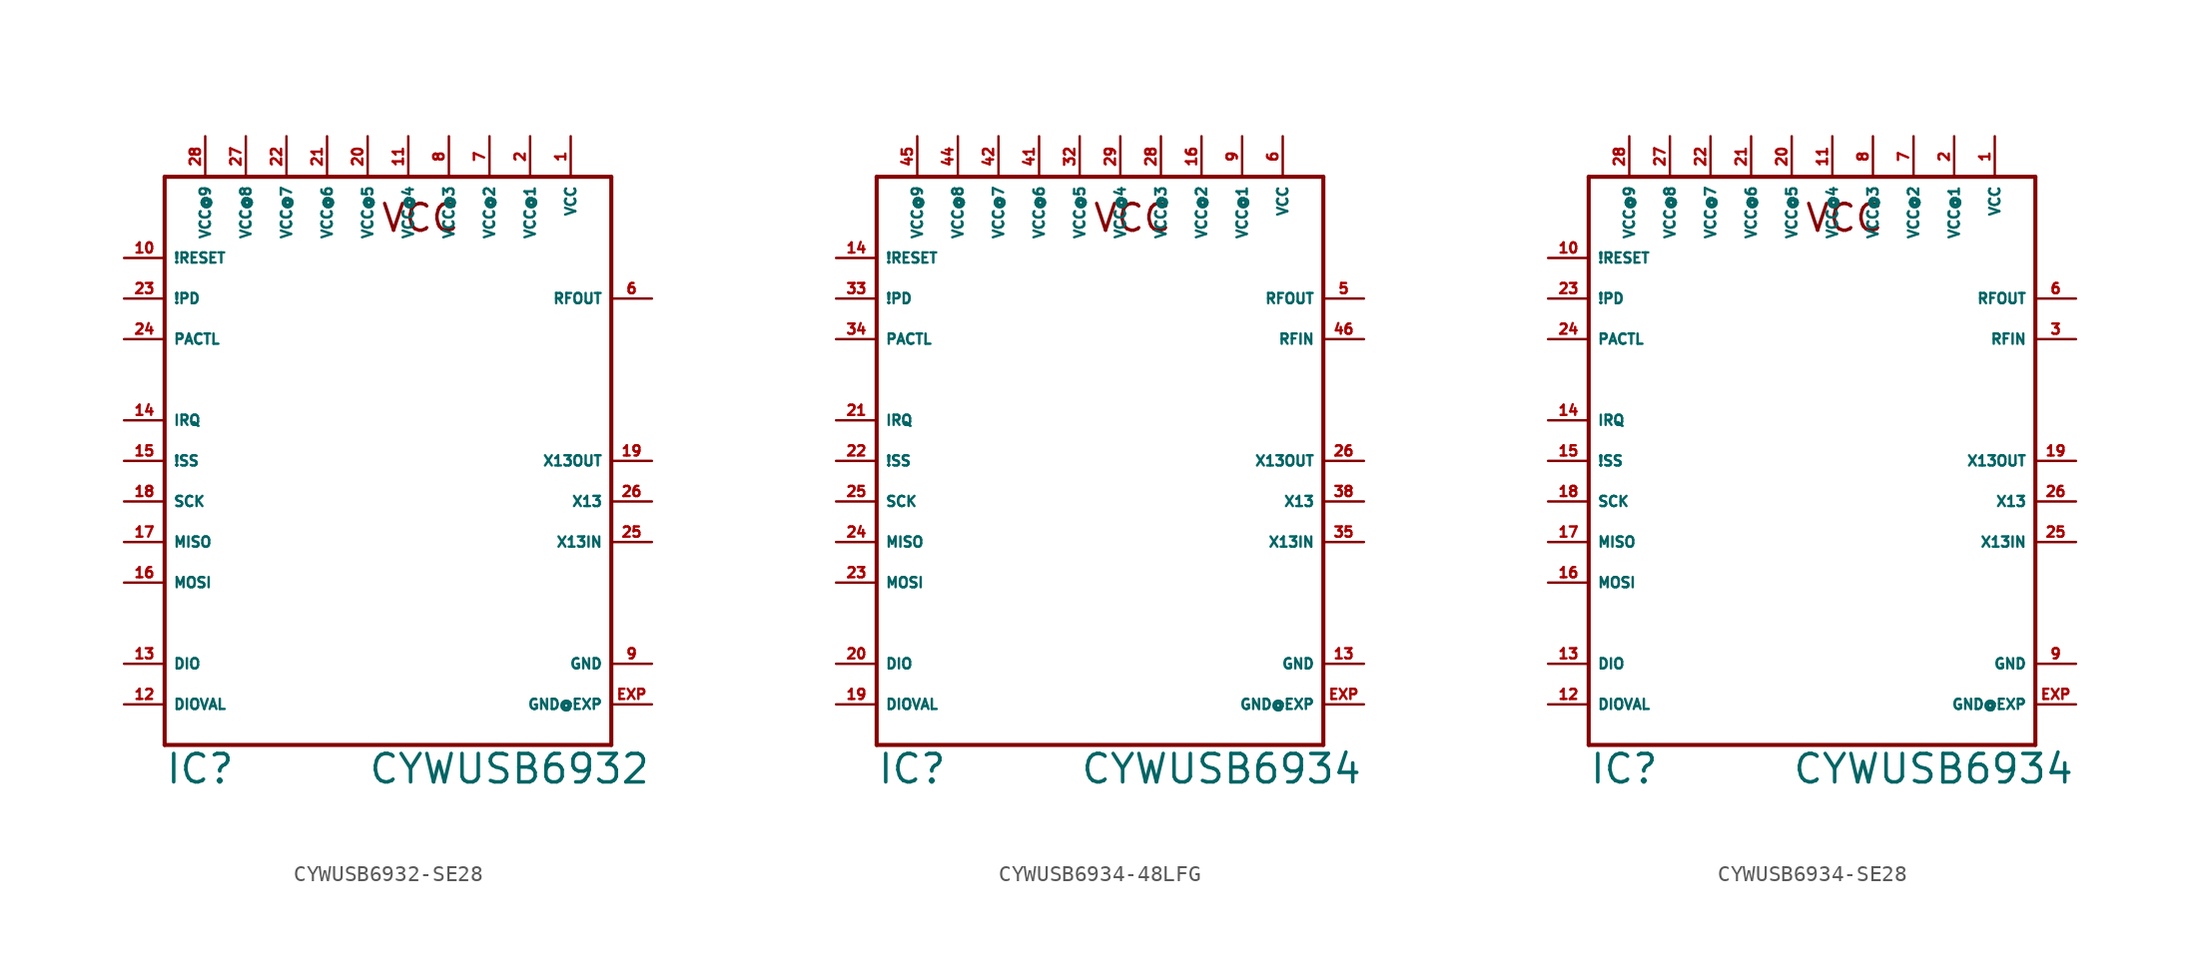
<source format=kicad_sym>
(kicad_symbol_lib
  (version 20220914)
  (generator Eagle2Kicad)
  (symbol "CYWUSB6932-SE28"
    (property "Reference" "IC"
      (at -12.7 -20.32 0)
      (effects (font (size 1.778 1.778) (thickness 0.22)) (justify left bottom)))
    (property "Value" "CYWUSB6932"
      (at 0 -20.32 0)
      (effects (font (size 1.778 1.778) (thickness 0.22)) (justify left bottom)))
    (polyline
      (pts (xy -12.7 -17.78) (xy 15.24 -17.78))
      (stroke (width 0.254) (type default))
      (fill (type none)))
    (polyline
      (pts (xy 15.24 -17.78) (xy 15.24 17.78))
      (stroke (width 0.254) (type default))
      (fill (type none)))
    (polyline
      (pts (xy 15.24 17.78) (xy -12.7 17.78))
      (stroke (width 0.254) (type default))
      (fill (type none)))
    (polyline
      (pts (xy -12.7 17.78) (xy -12.7 -17.78))
      (stroke (width 0.254) (type default))
      (fill (type none)))
    (text "VCC"
      (at 0.762 14.224 0)
      (effects (font (size 1.676 1.676) (thickness 0.21)) (justify left bottom)))
    (pin output line
      (at 17.78 10.16 180)
      (length 2.54)
      (name "RFOUT" (effects (font (size 0.635 0.635) (thickness 0.08)) (justify left bottom)))
      (number "6" (effects (font (size 0.635 0.635) (thickness 0.08)) (justify left bottom))))
    (pin unspecified line
      (at 12.7 20.32 270)
      (length 2.54)
      (name "VCC" (effects (font (size 0.635 0.635) (thickness 0.08)) (justify left bottom)))
      (number "1" (effects (font (size 0.635 0.635) (thickness 0.08)) (justify left bottom))))
    (pin unspecified line
      (at 10.16 20.32 270)
      (length 2.54)
      (name "VCC@1" (effects (font (size 0.635 0.635) (thickness 0.08)) (justify left bottom)))
      (number "2" (effects (font (size 0.635 0.635) (thickness 0.08)) (justify left bottom))))
    (pin unspecified line
      (at 17.78 -12.7 180)
      (length 2.54)
      (name "GND" (effects (font (size 0.635 0.635) (thickness 0.08)) (justify left bottom)))
      (number "9" (effects (font (size 0.635 0.635) (thickness 0.08)) (justify left bottom))))
    (pin input line
      (at -15.24 12.7 0)
      (length 2.54)
      (name "!RESET" (effects (font (size 0.635 0.635) (thickness 0.08)) (justify left bottom)))
      (number "10" (effects (font (size 0.635 0.635) (thickness 0.08)) (justify left bottom))))
    (pin unspecified line
      (at 7.62 20.32 270)
      (length 2.54)
      (name "VCC@2" (effects (font (size 0.635 0.635) (thickness 0.08)) (justify left bottom)))
      (number "7" (effects (font (size 0.635 0.635) (thickness 0.08)) (justify left bottom))))
    (pin bidirectional line
      (at -15.24 -15.24 0)
      (length 2.54)
      (name "DIOVAL" (effects (font (size 0.635 0.635) (thickness 0.08)) (justify left bottom)))
      (number "12" (effects (font (size 0.635 0.635) (thickness 0.08)) (justify left bottom))))
    (pin bidirectional line
      (at -15.24 -12.7 0)
      (length 2.54)
      (name "DIO" (effects (font (size 0.635 0.635) (thickness 0.08)) (justify left bottom)))
      (number "13" (effects (font (size 0.635 0.635) (thickness 0.08)) (justify left bottom))))
    (pin tri_state line
      (at -15.24 2.54 0)
      (length 2.54)
      (name "IRQ" (effects (font (size 0.635 0.635) (thickness 0.08)) (justify left bottom)))
      (number "14" (effects (font (size 0.635 0.635) (thickness 0.08)) (justify left bottom))))
    (pin input line
      (at -15.24 0 0)
      (length 2.54)
      (name "!SS" (effects (font (size 0.635 0.635) (thickness 0.08)) (justify left bottom)))
      (number "15" (effects (font (size 0.635 0.635) (thickness 0.08)) (justify left bottom))))
    (pin input line
      (at -15.24 -7.62 0)
      (length 2.54)
      (name "MOSI" (effects (font (size 0.635 0.635) (thickness 0.08)) (justify left bottom)))
      (number "16" (effects (font (size 0.635 0.635) (thickness 0.08)) (justify left bottom))))
    (pin tri_state line
      (at -15.24 -5.08 0)
      (length 2.54)
      (name "MISO" (effects (font (size 0.635 0.635) (thickness 0.08)) (justify left bottom)))
      (number "17" (effects (font (size 0.635 0.635) (thickness 0.08)) (justify left bottom))))
    (pin input line
      (at -15.24 -2.54 0)
      (length 2.54)
      (name "SCK" (effects (font (size 0.635 0.635) (thickness 0.08)) (justify left bottom)))
      (number "18" (effects (font (size 0.635 0.635) (thickness 0.08)) (justify left bottom))))
    (pin output line
      (at 17.78 0 180)
      (length 2.54)
      (name "X13OUT" (effects (font (size 0.635 0.635) (thickness 0.08)) (justify left bottom)))
      (number "19" (effects (font (size 0.635 0.635) (thickness 0.08)) (justify left bottom))))
    (pin unspecified line
      (at 5.08 20.32 270)
      (length 2.54)
      (name "VCC@3" (effects (font (size 0.635 0.635) (thickness 0.08)) (justify left bottom)))
      (number "8" (effects (font (size 0.635 0.635) (thickness 0.08)) (justify left bottom))))
    (pin unspecified line
      (at 2.54 20.32 270)
      (length 2.54)
      (name "VCC@4" (effects (font (size 0.635 0.635) (thickness 0.08)) (justify left bottom)))
      (number "11" (effects (font (size 0.635 0.635) (thickness 0.08)) (justify left bottom))))
    (pin unspecified line
      (at 0 20.32 270)
      (length 2.54)
      (name "VCC@5" (effects (font (size 0.635 0.635) (thickness 0.08)) (justify left bottom)))
      (number "20" (effects (font (size 0.635 0.635) (thickness 0.08)) (justify left bottom))))
    (pin input line
      (at -15.24 10.16 0)
      (length 2.54)
      (name "!PD" (effects (font (size 0.635 0.635) (thickness 0.08)) (justify left bottom)))
      (number "23" (effects (font (size 0.635 0.635) (thickness 0.08)) (justify left bottom))))
    (pin bidirectional line
      (at -15.24 7.62 0)
      (length 2.54)
      (name "PACTL" (effects (font (size 0.635 0.635) (thickness 0.08)) (justify left bottom)))
      (number "24" (effects (font (size 0.635 0.635) (thickness 0.08)) (justify left bottom))))
    (pin input line
      (at 17.78 -5.08 180)
      (length 2.54)
      (name "X13IN" (effects (font (size 0.635 0.635) (thickness 0.08)) (justify left bottom)))
      (number "25" (effects (font (size 0.635 0.635) (thickness 0.08)) (justify left bottom))))
    (pin input line
      (at 17.78 -2.54 180)
      (length 2.54)
      (name "X13" (effects (font (size 0.635 0.635) (thickness 0.08)) (justify left bottom)))
      (number "26" (effects (font (size 0.635 0.635) (thickness 0.08)) (justify left bottom))))
    (pin unspecified line
      (at -2.54 20.32 270)
      (length 2.54)
      (name "VCC@6" (effects (font (size 0.635 0.635) (thickness 0.08)) (justify left bottom)))
      (number "21" (effects (font (size 0.635 0.635) (thickness 0.08)) (justify left bottom))))
    (pin unspecified line
      (at -5.08 20.32 270)
      (length 2.54)
      (name "VCC@7" (effects (font (size 0.635 0.635) (thickness 0.08)) (justify left bottom)))
      (number "22" (effects (font (size 0.635 0.635) (thickness 0.08)) (justify left bottom))))
    (pin unspecified line
      (at -7.62 20.32 270)
      (length 2.54)
      (name "VCC@8" (effects (font (size 0.635 0.635) (thickness 0.08)) (justify left bottom)))
      (number "27" (effects (font (size 0.635 0.635) (thickness 0.08)) (justify left bottom))))
    (pin unspecified line
      (at -10.16 20.32 270)
      (length 2.54)
      (name "VCC@9" (effects (font (size 0.635 0.635) (thickness 0.08)) (justify left bottom)))
      (number "28" (effects (font (size 0.635 0.635) (thickness 0.08)) (justify left bottom))))
    (pin unspecified line
      (at 17.78 -15.24 180)
      (length 2.54)
      (name "GND@EXP" (effects (font (size 0.635 0.635) (thickness 0.08)) (justify left bottom)))
      (number "EXP" (effects (font (size 0.635 0.635) (thickness 0.08)) (justify left bottom)))))
  (symbol "CYWUSB6934-48LFG"
    (property "Reference" "IC"
      (at -12.7 -20.32 0)
      (effects (font (size 1.778 1.778) (thickness 0.22)) (justify left bottom)))
    (property "Value" "CYWUSB6934"
      (at 0 -20.32 0)
      (effects (font (size 1.778 1.778) (thickness 0.22)) (justify left bottom)))
    (polyline
      (pts (xy -12.7 -17.78) (xy 15.24 -17.78))
      (stroke (width 0.254) (type default))
      (fill (type none)))
    (polyline
      (pts (xy 15.24 -17.78) (xy 15.24 17.78))
      (stroke (width 0.254) (type default))
      (fill (type none)))
    (polyline
      (pts (xy 15.24 17.78) (xy -12.7 17.78))
      (stroke (width 0.254) (type default))
      (fill (type none)))
    (polyline
      (pts (xy -12.7 17.78) (xy -12.7 -17.78))
      (stroke (width 0.254) (type default))
      (fill (type none)))
    (text "VCC"
      (at 0.762 14.224 0)
      (effects (font (size 1.676 1.676) (thickness 0.21)) (justify left bottom)))
    (pin output line
      (at 17.78 10.16 180)
      (length 2.54)
      (name "RFOUT" (effects (font (size 0.635 0.635) (thickness 0.08)) (justify left bottom)))
      (number "5" (effects (font (size 0.635 0.635) (thickness 0.08)) (justify left bottom))))
    (pin unspecified line
      (at 12.7 20.32 270)
      (length 2.54)
      (name "VCC" (effects (font (size 0.635 0.635) (thickness 0.08)) (justify left bottom)))
      (number "6" (effects (font (size 0.635 0.635) (thickness 0.08)) (justify left bottom))))
    (pin unspecified line
      (at 10.16 20.32 270)
      (length 2.54)
      (name "VCC@1" (effects (font (size 0.635 0.635) (thickness 0.08)) (justify left bottom)))
      (number "9" (effects (font (size 0.635 0.635) (thickness 0.08)) (justify left bottom))))
    (pin unspecified line
      (at 17.78 -12.7 180)
      (length 2.54)
      (name "GND" (effects (font (size 0.635 0.635) (thickness 0.08)) (justify left bottom)))
      (number "13" (effects (font (size 0.635 0.635) (thickness 0.08)) (justify left bottom))))
    (pin input line
      (at -15.24 12.7 0)
      (length 2.54)
      (name "!RESET" (effects (font (size 0.635 0.635) (thickness 0.08)) (justify left bottom)))
      (number "14" (effects (font (size 0.635 0.635) (thickness 0.08)) (justify left bottom))))
    (pin unspecified line
      (at 7.62 20.32 270)
      (length 2.54)
      (name "VCC@2" (effects (font (size 0.635 0.635) (thickness 0.08)) (justify left bottom)))
      (number "16" (effects (font (size 0.635 0.635) (thickness 0.08)) (justify left bottom))))
    (pin bidirectional line
      (at -15.24 -15.24 0)
      (length 2.54)
      (name "DIOVAL" (effects (font (size 0.635 0.635) (thickness 0.08)) (justify left bottom)))
      (number "19" (effects (font (size 0.635 0.635) (thickness 0.08)) (justify left bottom))))
    (pin bidirectional line
      (at -15.24 -12.7 0)
      (length 2.54)
      (name "DIO" (effects (font (size 0.635 0.635) (thickness 0.08)) (justify left bottom)))
      (number "20" (effects (font (size 0.635 0.635) (thickness 0.08)) (justify left bottom))))
    (pin tri_state line
      (at -15.24 2.54 0)
      (length 2.54)
      (name "IRQ" (effects (font (size 0.635 0.635) (thickness 0.08)) (justify left bottom)))
      (number "21" (effects (font (size 0.635 0.635) (thickness 0.08)) (justify left bottom))))
    (pin input line
      (at -15.24 0 0)
      (length 2.54)
      (name "!SS" (effects (font (size 0.635 0.635) (thickness 0.08)) (justify left bottom)))
      (number "22" (effects (font (size 0.635 0.635) (thickness 0.08)) (justify left bottom))))
    (pin input line
      (at -15.24 -7.62 0)
      (length 2.54)
      (name "MOSI" (effects (font (size 0.635 0.635) (thickness 0.08)) (justify left bottom)))
      (number "23" (effects (font (size 0.635 0.635) (thickness 0.08)) (justify left bottom))))
    (pin tri_state line
      (at -15.24 -5.08 0)
      (length 2.54)
      (name "MISO" (effects (font (size 0.635 0.635) (thickness 0.08)) (justify left bottom)))
      (number "24" (effects (font (size 0.635 0.635) (thickness 0.08)) (justify left bottom))))
    (pin input line
      (at -15.24 -2.54 0)
      (length 2.54)
      (name "SCK" (effects (font (size 0.635 0.635) (thickness 0.08)) (justify left bottom)))
      (number "25" (effects (font (size 0.635 0.635) (thickness 0.08)) (justify left bottom))))
    (pin output line
      (at 17.78 0 180)
      (length 2.54)
      (name "X13OUT" (effects (font (size 0.635 0.635) (thickness 0.08)) (justify left bottom)))
      (number "26" (effects (font (size 0.635 0.635) (thickness 0.08)) (justify left bottom))))
    (pin unspecified line
      (at 5.08 20.32 270)
      (length 2.54)
      (name "VCC@3" (effects (font (size 0.635 0.635) (thickness 0.08)) (justify left bottom)))
      (number "28" (effects (font (size 0.635 0.635) (thickness 0.08)) (justify left bottom))))
    (pin unspecified line
      (at 2.54 20.32 270)
      (length 2.54)
      (name "VCC@4" (effects (font (size 0.635 0.635) (thickness 0.08)) (justify left bottom)))
      (number "29" (effects (font (size 0.635 0.635) (thickness 0.08)) (justify left bottom))))
    (pin unspecified line
      (at 0 20.32 270)
      (length 2.54)
      (name "VCC@5" (effects (font (size 0.635 0.635) (thickness 0.08)) (justify left bottom)))
      (number "32" (effects (font (size 0.635 0.635) (thickness 0.08)) (justify left bottom))))
    (pin input line
      (at -15.24 10.16 0)
      (length 2.54)
      (name "!PD" (effects (font (size 0.635 0.635) (thickness 0.08)) (justify left bottom)))
      (number "33" (effects (font (size 0.635 0.635) (thickness 0.08)) (justify left bottom))))
    (pin bidirectional line
      (at -15.24 7.62 0)
      (length 2.54)
      (name "PACTL" (effects (font (size 0.635 0.635) (thickness 0.08)) (justify left bottom)))
      (number "34" (effects (font (size 0.635 0.635) (thickness 0.08)) (justify left bottom))))
    (pin input line
      (at 17.78 -5.08 180)
      (length 2.54)
      (name "X13IN" (effects (font (size 0.635 0.635) (thickness 0.08)) (justify left bottom)))
      (number "35" (effects (font (size 0.635 0.635) (thickness 0.08)) (justify left bottom))))
    (pin input line
      (at 17.78 -2.54 180)
      (length 2.54)
      (name "X13" (effects (font (size 0.635 0.635) (thickness 0.08)) (justify left bottom)))
      (number "38" (effects (font (size 0.635 0.635) (thickness 0.08)) (justify left bottom))))
    (pin unspecified line
      (at -2.54 20.32 270)
      (length 2.54)
      (name "VCC@6" (effects (font (size 0.635 0.635) (thickness 0.08)) (justify left bottom)))
      (number "41" (effects (font (size 0.635 0.635) (thickness 0.08)) (justify left bottom))))
    (pin unspecified line
      (at -5.08 20.32 270)
      (length 2.54)
      (name "VCC@7" (effects (font (size 0.635 0.635) (thickness 0.08)) (justify left bottom)))
      (number "42" (effects (font (size 0.635 0.635) (thickness 0.08)) (justify left bottom))))
    (pin unspecified line
      (at -7.62 20.32 270)
      (length 2.54)
      (name "VCC@8" (effects (font (size 0.635 0.635) (thickness 0.08)) (justify left bottom)))
      (number "44" (effects (font (size 0.635 0.635) (thickness 0.08)) (justify left bottom))))
    (pin unspecified line
      (at -10.16 20.32 270)
      (length 2.54)
      (name "VCC@9" (effects (font (size 0.635 0.635) (thickness 0.08)) (justify left bottom)))
      (number "45" (effects (font (size 0.635 0.635) (thickness 0.08)) (justify left bottom))))
    (pin input line
      (at 17.78 7.62 180)
      (length 2.54)
      (name "RFIN" (effects (font (size 0.635 0.635) (thickness 0.08)) (justify left bottom)))
      (number "46" (effects (font (size 0.635 0.635) (thickness 0.08)) (justify left bottom))))
    (pin unspecified line
      (at 17.78 -15.24 180)
      (length 2.54)
      (name "GND@EXP" (effects (font (size 0.635 0.635) (thickness 0.08)) (justify left bottom)))
      (number "EXP" (effects (font (size 0.635 0.635) (thickness 0.08)) (justify left bottom)))))
  (symbol "CYWUSB6934-SE28"
    (property "Reference" "IC"
      (at -12.7 -20.32 0)
      (effects (font (size 1.778 1.778) (thickness 0.22)) (justify left bottom)))
    (property "Value" "CYWUSB6934"
      (at 0 -20.32 0)
      (effects (font (size 1.778 1.778) (thickness 0.22)) (justify left bottom)))
    (polyline
      (pts (xy -12.7 -17.78) (xy 15.24 -17.78))
      (stroke (width 0.254) (type default))
      (fill (type none)))
    (polyline
      (pts (xy 15.24 -17.78) (xy 15.24 17.78))
      (stroke (width 0.254) (type default))
      (fill (type none)))
    (polyline
      (pts (xy 15.24 17.78) (xy -12.7 17.78))
      (stroke (width 0.254) (type default))
      (fill (type none)))
    (polyline
      (pts (xy -12.7 17.78) (xy -12.7 -17.78))
      (stroke (width 0.254) (type default))
      (fill (type none)))
    (text "VCC"
      (at 0.762 14.224 0)
      (effects (font (size 1.676 1.676) (thickness 0.21)) (justify left bottom)))
    (pin output line
      (at 17.78 10.16 180)
      (length 2.54)
      (name "RFOUT" (effects (font (size 0.635 0.635) (thickness 0.08)) (justify left bottom)))
      (number "6" (effects (font (size 0.635 0.635) (thickness 0.08)) (justify left bottom))))
    (pin unspecified line
      (at 12.7 20.32 270)
      (length 2.54)
      (name "VCC" (effects (font (size 0.635 0.635) (thickness 0.08)) (justify left bottom)))
      (number "1" (effects (font (size 0.635 0.635) (thickness 0.08)) (justify left bottom))))
    (pin unspecified line
      (at 10.16 20.32 270)
      (length 2.54)
      (name "VCC@1" (effects (font (size 0.635 0.635) (thickness 0.08)) (justify left bottom)))
      (number "2" (effects (font (size 0.635 0.635) (thickness 0.08)) (justify left bottom))))
    (pin unspecified line
      (at 17.78 -12.7 180)
      (length 2.54)
      (name "GND" (effects (font (size 0.635 0.635) (thickness 0.08)) (justify left bottom)))
      (number "9" (effects (font (size 0.635 0.635) (thickness 0.08)) (justify left bottom))))
    (pin input line
      (at -15.24 12.7 0)
      (length 2.54)
      (name "!RESET" (effects (font (size 0.635 0.635) (thickness 0.08)) (justify left bottom)))
      (number "10" (effects (font (size 0.635 0.635) (thickness 0.08)) (justify left bottom))))
    (pin unspecified line
      (at 7.62 20.32 270)
      (length 2.54)
      (name "VCC@2" (effects (font (size 0.635 0.635) (thickness 0.08)) (justify left bottom)))
      (number "7" (effects (font (size 0.635 0.635) (thickness 0.08)) (justify left bottom))))
    (pin bidirectional line
      (at -15.24 -15.24 0)
      (length 2.54)
      (name "DIOVAL" (effects (font (size 0.635 0.635) (thickness 0.08)) (justify left bottom)))
      (number "12" (effects (font (size 0.635 0.635) (thickness 0.08)) (justify left bottom))))
    (pin bidirectional line
      (at -15.24 -12.7 0)
      (length 2.54)
      (name "DIO" (effects (font (size 0.635 0.635) (thickness 0.08)) (justify left bottom)))
      (number "13" (effects (font (size 0.635 0.635) (thickness 0.08)) (justify left bottom))))
    (pin tri_state line
      (at -15.24 2.54 0)
      (length 2.54)
      (name "IRQ" (effects (font (size 0.635 0.635) (thickness 0.08)) (justify left bottom)))
      (number "14" (effects (font (size 0.635 0.635) (thickness 0.08)) (justify left bottom))))
    (pin input line
      (at -15.24 0 0)
      (length 2.54)
      (name "!SS" (effects (font (size 0.635 0.635) (thickness 0.08)) (justify left bottom)))
      (number "15" (effects (font (size 0.635 0.635) (thickness 0.08)) (justify left bottom))))
    (pin input line
      (at -15.24 -7.62 0)
      (length 2.54)
      (name "MOSI" (effects (font (size 0.635 0.635) (thickness 0.08)) (justify left bottom)))
      (number "16" (effects (font (size 0.635 0.635) (thickness 0.08)) (justify left bottom))))
    (pin tri_state line
      (at -15.24 -5.08 0)
      (length 2.54)
      (name "MISO" (effects (font (size 0.635 0.635) (thickness 0.08)) (justify left bottom)))
      (number "17" (effects (font (size 0.635 0.635) (thickness 0.08)) (justify left bottom))))
    (pin input line
      (at -15.24 -2.54 0)
      (length 2.54)
      (name "SCK" (effects (font (size 0.635 0.635) (thickness 0.08)) (justify left bottom)))
      (number "18" (effects (font (size 0.635 0.635) (thickness 0.08)) (justify left bottom))))
    (pin output line
      (at 17.78 0 180)
      (length 2.54)
      (name "X13OUT" (effects (font (size 0.635 0.635) (thickness 0.08)) (justify left bottom)))
      (number "19" (effects (font (size 0.635 0.635) (thickness 0.08)) (justify left bottom))))
    (pin unspecified line
      (at 5.08 20.32 270)
      (length 2.54)
      (name "VCC@3" (effects (font (size 0.635 0.635) (thickness 0.08)) (justify left bottom)))
      (number "8" (effects (font (size 0.635 0.635) (thickness 0.08)) (justify left bottom))))
    (pin unspecified line
      (at 2.54 20.32 270)
      (length 2.54)
      (name "VCC@4" (effects (font (size 0.635 0.635) (thickness 0.08)) (justify left bottom)))
      (number "11" (effects (font (size 0.635 0.635) (thickness 0.08)) (justify left bottom))))
    (pin unspecified line
      (at 0 20.32 270)
      (length 2.54)
      (name "VCC@5" (effects (font (size 0.635 0.635) (thickness 0.08)) (justify left bottom)))
      (number "20" (effects (font (size 0.635 0.635) (thickness 0.08)) (justify left bottom))))
    (pin input line
      (at -15.24 10.16 0)
      (length 2.54)
      (name "!PD" (effects (font (size 0.635 0.635) (thickness 0.08)) (justify left bottom)))
      (number "23" (effects (font (size 0.635 0.635) (thickness 0.08)) (justify left bottom))))
    (pin bidirectional line
      (at -15.24 7.62 0)
      (length 2.54)
      (name "PACTL" (effects (font (size 0.635 0.635) (thickness 0.08)) (justify left bottom)))
      (number "24" (effects (font (size 0.635 0.635) (thickness 0.08)) (justify left bottom))))
    (pin input line
      (at 17.78 -5.08 180)
      (length 2.54)
      (name "X13IN" (effects (font (size 0.635 0.635) (thickness 0.08)) (justify left bottom)))
      (number "25" (effects (font (size 0.635 0.635) (thickness 0.08)) (justify left bottom))))
    (pin input line
      (at 17.78 -2.54 180)
      (length 2.54)
      (name "X13" (effects (font (size 0.635 0.635) (thickness 0.08)) (justify left bottom)))
      (number "26" (effects (font (size 0.635 0.635) (thickness 0.08)) (justify left bottom))))
    (pin unspecified line
      (at -2.54 20.32 270)
      (length 2.54)
      (name "VCC@6" (effects (font (size 0.635 0.635) (thickness 0.08)) (justify left bottom)))
      (number "21" (effects (font (size 0.635 0.635) (thickness 0.08)) (justify left bottom))))
    (pin unspecified line
      (at -5.08 20.32 270)
      (length 2.54)
      (name "VCC@7" (effects (font (size 0.635 0.635) (thickness 0.08)) (justify left bottom)))
      (number "22" (effects (font (size 0.635 0.635) (thickness 0.08)) (justify left bottom))))
    (pin unspecified line
      (at -7.62 20.32 270)
      (length 2.54)
      (name "VCC@8" (effects (font (size 0.635 0.635) (thickness 0.08)) (justify left bottom)))
      (number "27" (effects (font (size 0.635 0.635) (thickness 0.08)) (justify left bottom))))
    (pin unspecified line
      (at -10.16 20.32 270)
      (length 2.54)
      (name "VCC@9" (effects (font (size 0.635 0.635) (thickness 0.08)) (justify left bottom)))
      (number "28" (effects (font (size 0.635 0.635) (thickness 0.08)) (justify left bottom))))
    (pin input line
      (at 17.78 7.62 180)
      (length 2.54)
      (name "RFIN" (effects (font (size 0.635 0.635) (thickness 0.08)) (justify left bottom)))
      (number "3" (effects (font (size 0.635 0.635) (thickness 0.08)) (justify left bottom))))
    (pin unspecified line
      (at 17.78 -15.24 180)
      (length 2.54)
      (name "GND@EXP" (effects (font (size 0.635 0.635) (thickness 0.08)) (justify left bottom)))
      (number "EXP" (effects (font (size 0.635 0.635) (thickness 0.08)) (justify left bottom))))))
</source>
